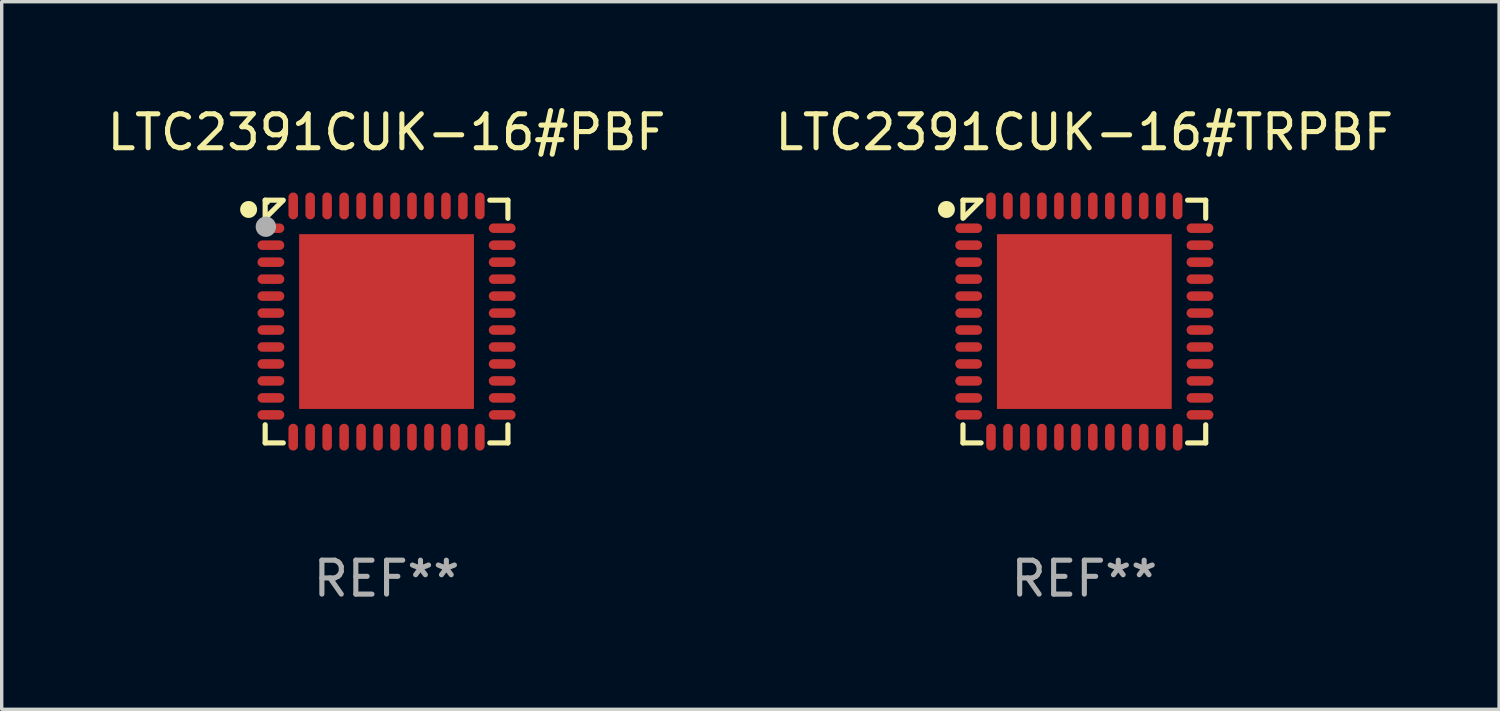
<source format=kicad_pcb>
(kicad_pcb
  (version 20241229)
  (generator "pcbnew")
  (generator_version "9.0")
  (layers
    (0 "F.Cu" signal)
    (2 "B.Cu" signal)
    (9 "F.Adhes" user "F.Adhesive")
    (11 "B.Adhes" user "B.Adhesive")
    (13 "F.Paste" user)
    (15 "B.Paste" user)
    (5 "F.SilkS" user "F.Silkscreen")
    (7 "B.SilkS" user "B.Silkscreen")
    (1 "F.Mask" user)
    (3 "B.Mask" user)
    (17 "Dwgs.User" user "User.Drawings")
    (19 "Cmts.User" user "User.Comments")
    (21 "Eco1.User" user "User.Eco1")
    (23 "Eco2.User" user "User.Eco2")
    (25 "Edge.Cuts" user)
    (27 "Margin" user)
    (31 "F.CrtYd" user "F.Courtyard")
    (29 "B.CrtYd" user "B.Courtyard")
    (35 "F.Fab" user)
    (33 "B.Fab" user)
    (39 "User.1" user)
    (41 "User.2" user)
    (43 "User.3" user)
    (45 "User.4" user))
  (footprint "LTC2391CUK-16#PBF"
    (layer "F.Cu")
    (at 8.339 6.424)
    (property "Reference" "LTC2391CUK-16#PBF" (at 0 -5.576 0) (layer "F.SilkS") (effects (font (size 1 1) (thickness 0.15))))
    (attr through_hole)
    (fp_line (start -3.576 -3.576) (end -3.042 -3.576) (stroke (width 0.152) (type solid)) (layer "F.SilkS"))
    (fp_line (start -3.576 -3.042) (end -3.576 -3.576) (stroke (width 0.152) (type solid)) (layer "F.SilkS"))
    (fp_line (start -3.576 3.042) (end -3.576 3.576) (stroke (width 0.152) (type solid)) (layer "F.SilkS"))
    (fp_line (start -3.576 3.576) (end -3.042 3.576) (stroke (width 0.152) (type solid)) (layer "F.SilkS"))
    (fp_line (start -3.069 -3.549) (end -3.549 -3.069) (stroke (width 0.152) (type solid)) (layer "F.SilkS"))
    (fp_line (start 3.576 -3.576) (end 3.042 -3.576) (stroke (width 0.152) (type solid)) (layer "F.SilkS"))
    (fp_line (start 3.576 -3.042) (end 3.576 -3.576) (stroke (width 0.152) (type solid)) (layer "F.SilkS"))
    (fp_line (start 3.576 3.042) (end 3.576 3.576) (stroke (width 0.152) (type solid)) (layer "F.SilkS"))
    (fp_line (start 3.576 3.576) (end 3.042 3.576) (stroke (width 0.152) (type solid)) (layer "F.SilkS"))
    (fp_circle (center -4.064 -3.302) (end -3.939 -3.302) (stroke (width 0.25) (type solid)) (fill no) (layer "F.SilkS"))
    (fp_circle (center -3.5 -3.5) (end -3.47 -3.5) (stroke (width 0.06) (type solid)) (fill no) (layer "F.SilkS"))
    (fp_circle (center -3.556 -2.794) (end -3.406 -2.794) (stroke (width 0.3) (type solid)) (fill no) (layer "F.Fab"))
    (fp_text user "REF**" (at 0 7.576 0) (layer "F.Fab") (effects (font (size 1 1) (thickness 0.15))))
    (pad "1" smd oval (at -3.407 -2.75) (size 0.79 0.28) (layers "F.Cu" "F.Mask" "F.Paste"))
    (pad "2" smd oval (at -3.407 -2.25) (size 0.79 0.28) (layers "F.Cu" "F.Mask" "F.Paste"))
    (pad "3" smd oval (at -3.407 -1.75) (size 0.79 0.28) (layers "F.Cu" "F.Mask" "F.Paste"))
    (pad "4" smd oval (at -3.407 -1.25) (size 0.79 0.28) (layers "F.Cu" "F.Mask" "F.Paste"))
    (pad "5" smd oval (at -3.407 -0.75) (size 0.79 0.28) (layers "F.Cu" "F.Mask" "F.Paste"))
    (pad "6" smd oval (at -3.407 -0.25) (size 0.79 0.28) (layers "F.Cu" "F.Mask" "F.Paste"))
    (pad "7" smd oval (at -3.407 0.25) (size 0.79 0.28) (layers "F.Cu" "F.Mask" "F.Paste"))
    (pad "8" smd oval (at -3.407 0.75) (size 0.79 0.28) (layers "F.Cu" "F.Mask" "F.Paste"))
    (pad "9" smd oval (at -3.407 1.25) (size 0.79 0.28) (layers "F.Cu" "F.Mask" "F.Paste"))
    (pad "10" smd oval (at -3.407 1.75) (size 0.79 0.28) (layers "F.Cu" "F.Mask" "F.Paste"))
    (pad "11" smd oval (at -3.407 2.25) (size 0.79 0.28) (layers "F.Cu" "F.Mask" "F.Paste"))
    (pad "12" smd oval (at -3.407 2.75) (size 0.79 0.28) (layers "F.Cu" "F.Mask" "F.Paste"))
    (pad "13" smd oval (at -2.75 3.407) (size 0.28 0.79) (layers "F.Cu" "F.Mask" "F.Paste"))
    (pad "14" smd oval (at -2.25 3.407) (size 0.28 0.79) (layers "F.Cu" "F.Mask" "F.Paste"))
    (pad "15" smd oval (at -1.75 3.407) (size 0.28 0.79) (layers "F.Cu" "F.Mask" "F.Paste"))
    (pad "16" smd oval (at -1.25 3.407) (size 0.28 0.79) (layers "F.Cu" "F.Mask" "F.Paste"))
    (pad "17" smd oval (at -0.75 3.407) (size 0.28 0.79) (layers "F.Cu" "F.Mask" "F.Paste"))
    (pad "18" smd oval (at -0.25 3.407) (size 0.28 0.79) (layers "F.Cu" "F.Mask" "F.Paste"))
    (pad "19" smd oval (at 0.25 3.407) (size 0.28 0.79) (layers "F.Cu" "F.Mask" "F.Paste"))
    (pad "20" smd oval (at 0.75 3.407) (size 0.28 0.79) (layers "F.Cu" "F.Mask" "F.Paste"))
    (pad "21" smd oval (at 1.25 3.407) (size 0.28 0.79) (layers "F.Cu" "F.Mask" "F.Paste"))
    (pad "22" smd oval (at 1.75 3.407) (size 0.28 0.79) (layers "F.Cu" "F.Mask" "F.Paste"))
    (pad "23" smd oval (at 2.25 3.407) (size 0.28 0.79) (layers "F.Cu" "F.Mask" "F.Paste"))
    (pad "24" smd oval (at 2.75 3.407) (size 0.28 0.79) (layers "F.Cu" "F.Mask" "F.Paste"))
    (pad "25" smd oval (at 3.407 2.75) (size 0.79 0.28) (layers "F.Cu" "F.Mask" "F.Paste"))
    (pad "26" smd oval (at 3.407 2.25) (size 0.79 0.28) (layers "F.Cu" "F.Mask" "F.Paste"))
    (pad "27" smd oval (at 3.407 1.75) (size 0.79 0.28) (layers "F.Cu" "F.Mask" "F.Paste"))
    (pad "28" smd oval (at 3.407 1.25) (size 0.79 0.28) (layers "F.Cu" "F.Mask" "F.Paste"))
    (pad "29" smd oval (at 3.407 0.75) (size 0.79 0.28) (layers "F.Cu" "F.Mask" "F.Paste"))
    (pad "30" smd oval (at 3.407 0.25) (size 0.79 0.28) (layers "F.Cu" "F.Mask" "F.Paste"))
    (pad "31" smd oval (at 3.407 -0.25) (size 0.79 0.28) (layers "F.Cu" "F.Mask" "F.Paste"))
    (pad "32" smd oval (at 3.407 -0.75) (size 0.79 0.28) (layers "F.Cu" "F.Mask" "F.Paste"))
    (pad "33" smd oval (at 3.407 -1.25) (size 0.79 0.28) (layers "F.Cu" "F.Mask" "F.Paste"))
    (pad "34" smd oval (at 3.407 -1.75) (size 0.79 0.28) (layers "F.Cu" "F.Mask" "F.Paste"))
    (pad "35" smd oval (at 3.407 -2.25) (size 0.79 0.28) (layers "F.Cu" "F.Mask" "F.Paste"))
    (pad "36" smd oval (at 3.407 -2.75) (size 0.79 0.28) (layers "F.Cu" "F.Mask" "F.Paste"))
    (pad "37" smd oval (at 2.75 -3.407) (size 0.28 0.79) (layers "F.Cu" "F.Mask" "F.Paste"))
    (pad "38" smd oval (at 2.25 -3.407) (size 0.28 0.79) (layers "F.Cu" "F.Mask" "F.Paste"))
    (pad "39" smd oval (at 1.75 -3.407) (size 0.28 0.79) (layers "F.Cu" "F.Mask" "F.Paste"))
    (pad "40" smd oval (at 1.25 -3.407) (size 0.28 0.79) (layers "F.Cu" "F.Mask" "F.Paste"))
    (pad "41" smd oval (at 0.75 -3.407) (size 0.28 0.79) (layers "F.Cu" "F.Mask" "F.Paste"))
    (pad "42" smd oval (at 0.25 -3.407) (size 0.28 0.79) (layers "F.Cu" "F.Mask" "F.Paste"))
    (pad "43" smd oval (at -0.25 -3.407) (size 0.28 0.79) (layers "F.Cu" "F.Mask" "F.Paste"))
    (pad "44" smd oval (at -0.75 -3.407) (size 0.28 0.79) (layers "F.Cu" "F.Mask" "F.Paste"))
    (pad "45" smd oval (at -1.25 -3.407) (size 0.28 0.79) (layers "F.Cu" "F.Mask" "F.Paste"))
    (pad "46" smd oval (at -1.75 -3.407) (size 0.28 0.79) (layers "F.Cu" "F.Mask" "F.Paste"))
    (pad "47" smd oval (at -2.25 -3.407) (size 0.28 0.79) (layers "F.Cu" "F.Mask" "F.Paste"))
    (pad "48" smd oval (at -2.75 -3.407) (size 0.28 0.79) (layers "F.Cu" "F.Mask" "F.Paste"))
    (pad "49" smd rect (at 0 0) (size 5.15 5.15) (layers "F.Cu" "F.Mask" "F.Paste")))
  (footprint "LTC2391CUK-16#TRPBF"
    (layer "F.Cu")
    (at 28.899 6.424)
    (property "Reference" "LTC2391CUK-16#TRPBF" (at 0 -5.576 0) (layer "F.SilkS") (effects (font (size 1 1) (thickness 0.15))))
    (attr through_hole)
    (fp_line (start -3.576 -3.576) (end -3.042 -3.576) (stroke (width 0.152) (type solid)) (layer "F.SilkS"))
    (fp_line (start -3.576 -3.042) (end -3.576 -3.576) (stroke (width 0.152) (type solid)) (layer "F.SilkS"))
    (fp_line (start -3.576 3.042) (end -3.576 3.576) (stroke (width 0.152) (type solid)) (layer "F.SilkS"))
    (fp_line (start -3.576 3.576) (end -3.042 3.576) (stroke (width 0.152) (type solid)) (layer "F.SilkS"))
    (fp_line (start -3.069 -3.549) (end -3.549 -3.069) (stroke (width 0.152) (type solid)) (layer "F.SilkS"))
    (fp_line (start 3.576 -3.576) (end 3.042 -3.576) (stroke (width 0.152) (type solid)) (layer "F.SilkS"))
    (fp_line (start 3.576 -3.042) (end 3.576 -3.576) (stroke (width 0.152) (type solid)) (layer "F.SilkS"))
    (fp_line (start 3.576 3.042) (end 3.576 3.576) (stroke (width 0.152) (type solid)) (layer "F.SilkS"))
    (fp_line (start 3.576 3.576) (end 3.042 3.576) (stroke (width 0.152) (type solid)) (layer "F.SilkS"))
    (fp_circle (center -4.064 -3.302) (end -3.939 -3.302) (stroke (width 0.25) (type solid)) (fill no) (layer "F.SilkS"))
    (fp_text user "REF**" (at 0 7.576 0) (layer "F.Fab") (effects (font (size 1 1) (thickness 0.15))))
    (pad "1" smd oval (at -3.407 -2.75) (size 0.79 0.28) (layers "F.Cu" "F.Mask" "F.Paste"))
    (pad "2" smd oval (at -3.407 -2.25) (size 0.79 0.28) (layers "F.Cu" "F.Mask" "F.Paste"))
    (pad "3" smd oval (at -3.407 -1.75) (size 0.79 0.28) (layers "F.Cu" "F.Mask" "F.Paste"))
    (pad "4" smd oval (at -3.407 -1.25) (size 0.79 0.28) (layers "F.Cu" "F.Mask" "F.Paste"))
    (pad "5" smd oval (at -3.407 -0.75) (size 0.79 0.28) (layers "F.Cu" "F.Mask" "F.Paste"))
    (pad "6" smd oval (at -3.407 -0.25) (size 0.79 0.28) (layers "F.Cu" "F.Mask" "F.Paste"))
    (pad "7" smd oval (at -3.407 0.25) (size 0.79 0.28) (layers "F.Cu" "F.Mask" "F.Paste"))
    (pad "8" smd oval (at -3.407 0.75) (size 0.79 0.28) (layers "F.Cu" "F.Mask" "F.Paste"))
    (pad "9" smd oval (at -3.407 1.25) (size 0.79 0.28) (layers "F.Cu" "F.Mask" "F.Paste"))
    (pad "10" smd oval (at -3.407 1.75) (size 0.79 0.28) (layers "F.Cu" "F.Mask" "F.Paste"))
    (pad "11" smd oval (at -3.407 2.25) (size 0.79 0.28) (layers "F.Cu" "F.Mask" "F.Paste"))
    (pad "12" smd oval (at -3.407 2.75) (size 0.79 0.28) (layers "F.Cu" "F.Mask" "F.Paste"))
    (pad "13" smd oval (at -2.75 3.407) (size 0.28 0.79) (layers "F.Cu" "F.Mask" "F.Paste"))
    (pad "14" smd oval (at -2.25 3.407) (size 0.28 0.79) (layers "F.Cu" "F.Mask" "F.Paste"))
    (pad "15" smd oval (at -1.75 3.407) (size 0.28 0.79) (layers "F.Cu" "F.Mask" "F.Paste"))
    (pad "16" smd oval (at -1.25 3.407) (size 0.28 0.79) (layers "F.Cu" "F.Mask" "F.Paste"))
    (pad "17" smd oval (at -0.75 3.407) (size 0.28 0.79) (layers "F.Cu" "F.Mask" "F.Paste"))
    (pad "18" smd oval (at -0.25 3.407) (size 0.28 0.79) (layers "F.Cu" "F.Mask" "F.Paste"))
    (pad "19" smd oval (at 0.25 3.407) (size 0.28 0.79) (layers "F.Cu" "F.Mask" "F.Paste"))
    (pad "20" smd oval (at 0.75 3.407) (size 0.28 0.79) (layers "F.Cu" "F.Mask" "F.Paste"))
    (pad "21" smd oval (at 1.25 3.407) (size 0.28 0.79) (layers "F.Cu" "F.Mask" "F.Paste"))
    (pad "22" smd oval (at 1.75 3.407) (size 0.28 0.79) (layers "F.Cu" "F.Mask" "F.Paste"))
    (pad "23" smd oval (at 2.25 3.407) (size 0.28 0.79) (layers "F.Cu" "F.Mask" "F.Paste"))
    (pad "24" smd oval (at 2.75 3.407) (size 0.28 0.79) (layers "F.Cu" "F.Mask" "F.Paste"))
    (pad "25" smd oval (at 3.407 2.75) (size 0.79 0.28) (layers "F.Cu" "F.Mask" "F.Paste"))
    (pad "26" smd oval (at 3.407 2.25) (size 0.79 0.28) (layers "F.Cu" "F.Mask" "F.Paste"))
    (pad "27" smd oval (at 3.407 1.75) (size 0.79 0.28) (layers "F.Cu" "F.Mask" "F.Paste"))
    (pad "28" smd oval (at 3.407 1.25) (size 0.79 0.28) (layers "F.Cu" "F.Mask" "F.Paste"))
    (pad "29" smd oval (at 3.407 0.75) (size 0.79 0.28) (layers "F.Cu" "F.Mask" "F.Paste"))
    (pad "30" smd oval (at 3.407 0.25) (size 0.79 0.28) (layers "F.Cu" "F.Mask" "F.Paste"))
    (pad "31" smd oval (at 3.407 -0.25) (size 0.79 0.28) (layers "F.Cu" "F.Mask" "F.Paste"))
    (pad "32" smd oval (at 3.407 -0.75) (size 0.79 0.28) (layers "F.Cu" "F.Mask" "F.Paste"))
    (pad "33" smd oval (at 3.407 -1.25) (size 0.79 0.28) (layers "F.Cu" "F.Mask" "F.Paste"))
    (pad "34" smd oval (at 3.407 -1.75) (size 0.79 0.28) (layers "F.Cu" "F.Mask" "F.Paste"))
    (pad "35" smd oval (at 3.407 -2.25) (size 0.79 0.28) (layers "F.Cu" "F.Mask" "F.Paste"))
    (pad "36" smd oval (at 3.407 -2.75) (size 0.79 0.28) (layers "F.Cu" "F.Mask" "F.Paste"))
    (pad "37" smd oval (at 2.75 -3.407) (size 0.28 0.79) (layers "F.Cu" "F.Mask" "F.Paste"))
    (pad "38" smd oval (at 2.25 -3.407) (size 0.28 0.79) (layers "F.Cu" "F.Mask" "F.Paste"))
    (pad "39" smd oval (at 1.75 -3.407) (size 0.28 0.79) (layers "F.Cu" "F.Mask" "F.Paste"))
    (pad "40" smd oval (at 1.25 -3.407) (size 0.28 0.79) (layers "F.Cu" "F.Mask" "F.Paste"))
    (pad "41" smd oval (at 0.75 -3.407) (size 0.28 0.79) (layers "F.Cu" "F.Mask" "F.Paste"))
    (pad "42" smd oval (at 0.25 -3.407) (size 0.28 0.79) (layers "F.Cu" "F.Mask" "F.Paste"))
    (pad "43" smd oval (at -0.25 -3.407) (size 0.28 0.79) (layers "F.Cu" "F.Mask" "F.Paste"))
    (pad "44" smd oval (at -0.75 -3.407) (size 0.28 0.79) (layers "F.Cu" "F.Mask" "F.Paste"))
    (pad "45" smd oval (at -1.25 -3.407) (size 0.28 0.79) (layers "F.Cu" "F.Mask" "F.Paste"))
    (pad "46" smd oval (at -1.75 -3.407) (size 0.28 0.79) (layers "F.Cu" "F.Mask" "F.Paste"))
    (pad "47" smd oval (at -2.25 -3.407) (size 0.28 0.79) (layers "F.Cu" "F.Mask" "F.Paste"))
    (pad "48" smd oval (at -2.75 -3.407) (size 0.28 0.79) (layers "F.Cu" "F.Mask" "F.Paste"))
    (pad "49" smd rect (at 0 0) (size 5.15 5.15) (layers "F.Cu" "F.Mask" "F.Paste")))
  (gr_rect
    (start -3 -3)
    (end 41.119 17.849)
    (stroke (width 0.1) (type default))
    (fill no)
    (layer "Edge.Cuts")))
</source>
